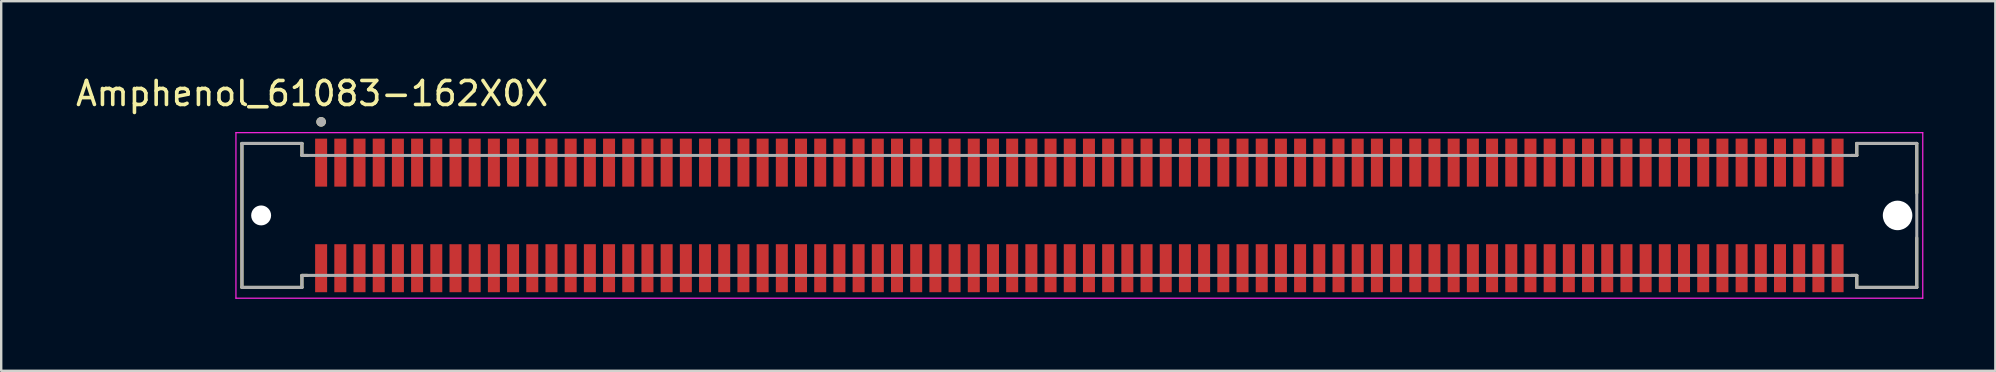
<source format=kicad_pcb>
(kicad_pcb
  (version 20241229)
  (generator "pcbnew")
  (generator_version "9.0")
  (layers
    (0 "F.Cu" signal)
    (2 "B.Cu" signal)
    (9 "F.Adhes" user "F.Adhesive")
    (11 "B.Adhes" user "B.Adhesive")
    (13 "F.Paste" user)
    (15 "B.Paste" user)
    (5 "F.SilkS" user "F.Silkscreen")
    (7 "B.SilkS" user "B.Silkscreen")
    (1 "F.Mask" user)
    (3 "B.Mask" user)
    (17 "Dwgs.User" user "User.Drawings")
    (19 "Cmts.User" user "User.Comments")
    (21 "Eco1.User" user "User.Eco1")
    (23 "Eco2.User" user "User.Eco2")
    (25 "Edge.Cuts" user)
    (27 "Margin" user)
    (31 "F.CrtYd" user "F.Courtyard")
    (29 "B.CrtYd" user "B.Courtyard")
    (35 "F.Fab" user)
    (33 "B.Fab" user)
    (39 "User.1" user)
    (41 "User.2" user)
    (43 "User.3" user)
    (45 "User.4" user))
  (footprint "Amphenol_61083-162X0X"
    (layer "F.Cu")
    (at 41.933 5.928)
    (property "Reference" "Amphenol_61083-162X0X" (at -31.975 -5.08 0) (layer "F.SilkS") (effects (font (size 1 1) (thickness 0.15))))
    (attr smd)
    (fp_line (start -34.9 -3) (end -34.9 3) (stroke (width 0.127) (type solid)) (layer "F.SilkS"))
    (fp_line (start -34.9 3) (end -32.4 3) (stroke (width 0.127) (type solid)) (layer "F.SilkS"))
    (fp_line (start -32.4 -3) (end -34.9 -3) (stroke (width 0.127) (type solid)) (layer "F.SilkS"))
    (fp_line (start -32.4 -2.5) (end -32.4 -3) (stroke (width 0.127) (type solid)) (layer "F.SilkS"))
    (fp_line (start -32.4 2.5) (end -32.17 2.5) (stroke (width 0.127) (type solid)) (layer "F.SilkS"))
    (fp_line (start -32.4 3) (end -32.4 2.5) (stroke (width 0.127) (type solid)) (layer "F.SilkS"))
    (fp_line (start -32.17 -2.5) (end -32.4 -2.5) (stroke (width 0.127) (type solid)) (layer "F.SilkS"))
    (fp_line (start 32.17 2.5) (end 32.4 2.5) (stroke (width 0.127) (type solid)) (layer "F.SilkS"))
    (fp_line (start 32.4 -3) (end 32.4 -2.5) (stroke (width 0.127) (type solid)) (layer "F.SilkS"))
    (fp_line (start 32.4 -2.5) (end 32.17 -2.5) (stroke (width 0.127) (type solid)) (layer "F.SilkS"))
    (fp_line (start 32.4 2.5) (end 32.4 3) (stroke (width 0.127) (type solid)) (layer "F.SilkS"))
    (fp_line (start 32.4 3) (end 34.9 3) (stroke (width 0.127) (type solid)) (layer "F.SilkS"))
    (fp_line (start 34.9 -3) (end 32.4 -3) (stroke (width 0.127) (type solid)) (layer "F.SilkS"))
    (fp_line (start 34.9 -0.935) (end 34.9 -3) (stroke (width 0.127) (type solid)) (layer "F.SilkS"))
    (fp_line (start 34.9 3) (end 34.9 0.935) (stroke (width 0.127) (type solid)) (layer "F.SilkS"))
    (fp_circle (center -31.6 -3.9) (end -31.5 -3.9) (stroke (width 0.2) (type solid)) (fill no) (layer "F.SilkS"))
    (fp_line (start -35.15 -3.45) (end -35.15 3.45) (stroke (width 0.05) (type solid)) (layer "F.CrtYd"))
    (fp_line (start -35.15 3.45) (end 35.15 3.45) (stroke (width 0.05) (type solid)) (layer "F.CrtYd"))
    (fp_line (start 35.15 -3.45) (end -35.15 -3.45) (stroke (width 0.05) (type solid)) (layer "F.CrtYd"))
    (fp_line (start 35.15 3.45) (end 35.15 -3.45) (stroke (width 0.05) (type solid)) (layer "F.CrtYd"))
    (fp_line (start -34.9 -3) (end -34.9 3) (stroke (width 0.127) (type solid)) (layer "F.Fab"))
    (fp_line (start -34.9 3) (end -32.4 3) (stroke (width 0.127) (type solid)) (layer "F.Fab"))
    (fp_line (start -32.4 -3) (end -34.9 -3) (stroke (width 0.127) (type solid)) (layer "F.Fab"))
    (fp_line (start -32.4 -2.5) (end -32.4 -3) (stroke (width 0.127) (type solid)) (layer "F.Fab"))
    (fp_line (start -32.4 2.5) (end 32.4 2.5) (stroke (width 0.127) (type solid)) (layer "F.Fab"))
    (fp_line (start -32.4 3) (end -32.4 2.5) (stroke (width 0.127) (type solid)) (layer "F.Fab"))
    (fp_line (start 32.4 -3) (end 32.4 -2.5) (stroke (width 0.127) (type solid)) (layer "F.Fab"))
    (fp_line (start 32.4 -2.5) (end -32.4 -2.5) (stroke (width 0.127) (type solid)) (layer "F.Fab"))
    (fp_line (start 32.4 2.5) (end 32.4 3) (stroke (width 0.127) (type solid)) (layer "F.Fab"))
    (fp_line (start 32.4 3) (end 34.9 3) (stroke (width 0.127) (type solid)) (layer "F.Fab"))
    (fp_line (start 34.9 -3) (end 32.4 -3) (stroke (width 0.127) (type solid)) (layer "F.Fab"))
    (fp_line (start 34.9 3) (end 34.9 -3) (stroke (width 0.127) (type solid)) (layer "F.Fab"))
    (fp_circle (center -31.6 -3.9) (end -31.5 -3.9) (stroke (width 0.2) (type solid)) (fill no) (layer "F.Fab"))
    (pad "" np_thru_hole circle (at -34.1 0) (size 0.83 0.83) (drill 0.83) (layers "*.Cu" "*.Mask"))
    (pad "" np_thru_hole circle (at 34.1 0) (size 1.23 1.23) (drill 1.23) (layers "*.Cu" "*.Mask"))
    (pad "1" smd rect (at -31.6 -2.2) (size 0.5 2) (layers "F.Cu" "F.Mask" "F.Paste"))
    (pad "2" smd rect (at -31.6 2.2) (size 0.5 2) (layers "F.Cu" "F.Mask" "F.Paste"))
    (pad "3" smd rect (at -30.8 -2.2) (size 0.5 2) (layers "F.Cu" "F.Mask" "F.Paste"))
    (pad "4" smd rect (at -30.8 2.2) (size 0.5 2) (layers "F.Cu" "F.Mask" "F.Paste"))
    (pad "5" smd rect (at -30 -2.2) (size 0.5 2) (layers "F.Cu" "F.Mask" "F.Paste"))
    (pad "6" smd rect (at -30 2.2) (size 0.5 2) (layers "F.Cu" "F.Mask" "F.Paste"))
    (pad "7" smd rect (at -29.2 -2.2) (size 0.5 2) (layers "F.Cu" "F.Mask" "F.Paste"))
    (pad "8" smd rect (at -29.2 2.2) (size 0.5 2) (layers "F.Cu" "F.Mask" "F.Paste"))
    (pad "9" smd rect (at -28.4 -2.2) (size 0.5 2) (layers "F.Cu" "F.Mask" "F.Paste"))
    (pad "10" smd rect (at -28.4 2.2) (size 0.5 2) (layers "F.Cu" "F.Mask" "F.Paste"))
    (pad "11" smd rect (at -27.6 -2.2) (size 0.5 2) (layers "F.Cu" "F.Mask" "F.Paste"))
    (pad "12" smd rect (at -27.6 2.2) (size 0.5 2) (layers "F.Cu" "F.Mask" "F.Paste"))
    (pad "13" smd rect (at -26.8 -2.2) (size 0.5 2) (layers "F.Cu" "F.Mask" "F.Paste"))
    (pad "14" smd rect (at -26.8 2.2) (size 0.5 2) (layers "F.Cu" "F.Mask" "F.Paste"))
    (pad "15" smd rect (at -26 -2.2) (size 0.5 2) (layers "F.Cu" "F.Mask" "F.Paste"))
    (pad "16" smd rect (at -26 2.2) (size 0.5 2) (layers "F.Cu" "F.Mask" "F.Paste"))
    (pad "17" smd rect (at -25.2 -2.2) (size 0.5 2) (layers "F.Cu" "F.Mask" "F.Paste"))
    (pad "18" smd rect (at -25.2 2.2) (size 0.5 2) (layers "F.Cu" "F.Mask" "F.Paste"))
    (pad "19" smd rect (at -24.4 -2.2) (size 0.5 2) (layers "F.Cu" "F.Mask" "F.Paste"))
    (pad "20" smd rect (at -24.4 2.2) (size 0.5 2) (layers "F.Cu" "F.Mask" "F.Paste"))
    (pad "21" smd rect (at -23.6 -2.2) (size 0.5 2) (layers "F.Cu" "F.Mask" "F.Paste"))
    (pad "22" smd rect (at -23.6 2.2) (size 0.5 2) (layers "F.Cu" "F.Mask" "F.Paste"))
    (pad "23" smd rect (at -22.8 -2.2) (size 0.5 2) (layers "F.Cu" "F.Mask" "F.Paste"))
    (pad "24" smd rect (at -22.8 2.2) (size 0.5 2) (layers "F.Cu" "F.Mask" "F.Paste"))
    (pad "25" smd rect (at -22 -2.2) (size 0.5 2) (layers "F.Cu" "F.Mask" "F.Paste"))
    (pad "26" smd rect (at -22 2.2) (size 0.5 2) (layers "F.Cu" "F.Mask" "F.Paste"))
    (pad "27" smd rect (at -21.2 -2.2) (size 0.5 2) (layers "F.Cu" "F.Mask" "F.Paste"))
    (pad "28" smd rect (at -21.2 2.2) (size 0.5 2) (layers "F.Cu" "F.Mask" "F.Paste"))
    (pad "29" smd rect (at -20.4 -2.2) (size 0.5 2) (layers "F.Cu" "F.Mask" "F.Paste"))
    (pad "30" smd rect (at -20.4 2.2) (size 0.5 2) (layers "F.Cu" "F.Mask" "F.Paste"))
    (pad "31" smd rect (at -19.6 -2.2) (size 0.5 2) (layers "F.Cu" "F.Mask" "F.Paste"))
    (pad "32" smd rect (at -19.6 2.2) (size 0.5 2) (layers "F.Cu" "F.Mask" "F.Paste"))
    (pad "33" smd rect (at -18.8 -2.2) (size 0.5 2) (layers "F.Cu" "F.Mask" "F.Paste"))
    (pad "34" smd rect (at -18.8 2.2) (size 0.5 2) (layers "F.Cu" "F.Mask" "F.Paste"))
    (pad "35" smd rect (at -18 -2.2) (size 0.5 2) (layers "F.Cu" "F.Mask" "F.Paste"))
    (pad "36" smd rect (at -18 2.2) (size 0.5 2) (layers "F.Cu" "F.Mask" "F.Paste"))
    (pad "37" smd rect (at -17.2 -2.2) (size 0.5 2) (layers "F.Cu" "F.Mask" "F.Paste"))
    (pad "38" smd rect (at -17.2 2.2) (size 0.5 2) (layers "F.Cu" "F.Mask" "F.Paste"))
    (pad "39" smd rect (at -16.4 -2.2) (size 0.5 2) (layers "F.Cu" "F.Mask" "F.Paste"))
    (pad "40" smd rect (at -16.4 2.2) (size 0.5 2) (layers "F.Cu" "F.Mask" "F.Paste"))
    (pad "41" smd rect (at -15.6 -2.2) (size 0.5 2) (layers "F.Cu" "F.Mask" "F.Paste"))
    (pad "42" smd rect (at -15.6 2.2) (size 0.5 2) (layers "F.Cu" "F.Mask" "F.Paste"))
    (pad "43" smd rect (at -14.8 -2.2) (size 0.5 2) (layers "F.Cu" "F.Mask" "F.Paste"))
    (pad "44" smd rect (at -14.8 2.2) (size 0.5 2) (layers "F.Cu" "F.Mask" "F.Paste"))
    (pad "45" smd rect (at -14 -2.2) (size 0.5 2) (layers "F.Cu" "F.Mask" "F.Paste"))
    (pad "46" smd rect (at -14 2.2) (size 0.5 2) (layers "F.Cu" "F.Mask" "F.Paste"))
    (pad "47" smd rect (at -13.2 -2.2) (size 0.5 2) (layers "F.Cu" "F.Mask" "F.Paste"))
    (pad "48" smd rect (at -13.2 2.2) (size 0.5 2) (layers "F.Cu" "F.Mask" "F.Paste"))
    (pad "49" smd rect (at -12.4 -2.2) (size 0.5 2) (layers "F.Cu" "F.Mask" "F.Paste"))
    (pad "50" smd rect (at -12.4 2.2) (size 0.5 2) (layers "F.Cu" "F.Mask" "F.Paste"))
    (pad "51" smd rect (at -11.6 -2.2) (size 0.5 2) (layers "F.Cu" "F.Mask" "F.Paste"))
    (pad "52" smd rect (at -11.6 2.2) (size 0.5 2) (layers "F.Cu" "F.Mask" "F.Paste"))
    (pad "53" smd rect (at -10.8 -2.2) (size 0.5 2) (layers "F.Cu" "F.Mask" "F.Paste"))
    (pad "54" smd rect (at -10.8 2.2) (size 0.5 2) (layers "F.Cu" "F.Mask" "F.Paste"))
    (pad "55" smd rect (at -10 -2.2) (size 0.5 2) (layers "F.Cu" "F.Mask" "F.Paste"))
    (pad "56" smd rect (at -10 2.2) (size 0.5 2) (layers "F.Cu" "F.Mask" "F.Paste"))
    (pad "57" smd rect (at -9.2 -2.2) (size 0.5 2) (layers "F.Cu" "F.Mask" "F.Paste"))
    (pad "58" smd rect (at -9.2 2.2) (size 0.5 2) (layers "F.Cu" "F.Mask" "F.Paste"))
    (pad "59" smd rect (at -8.4 -2.2) (size 0.5 2) (layers "F.Cu" "F.Mask" "F.Paste"))
    (pad "60" smd rect (at -8.4 2.2) (size 0.5 2) (layers "F.Cu" "F.Mask" "F.Paste"))
    (pad "61" smd rect (at -7.6 -2.2) (size 0.5 2) (layers "F.Cu" "F.Mask" "F.Paste"))
    (pad "62" smd rect (at -7.6 2.2) (size 0.5 2) (layers "F.Cu" "F.Mask" "F.Paste"))
    (pad "63" smd rect (at -6.8 -2.2) (size 0.5 2) (layers "F.Cu" "F.Mask" "F.Paste"))
    (pad "64" smd rect (at -6.8 2.2) (size 0.5 2) (layers "F.Cu" "F.Mask" "F.Paste"))
    (pad "65" smd rect (at -6 -2.2) (size 0.5 2) (layers "F.Cu" "F.Mask" "F.Paste"))
    (pad "66" smd rect (at -6 2.2) (size 0.5 2) (layers "F.Cu" "F.Mask" "F.Paste"))
    (pad "67" smd rect (at -5.2 -2.2) (size 0.5 2) (layers "F.Cu" "F.Mask" "F.Paste"))
    (pad "68" smd rect (at -5.2 2.2) (size 0.5 2) (layers "F.Cu" "F.Mask" "F.Paste"))
    (pad "69" smd rect (at -4.4 -2.2) (size 0.5 2) (layers "F.Cu" "F.Mask" "F.Paste"))
    (pad "70" smd rect (at -4.4 2.2) (size 0.5 2) (layers "F.Cu" "F.Mask" "F.Paste"))
    (pad "71" smd rect (at -3.6 -2.2) (size 0.5 2) (layers "F.Cu" "F.Mask" "F.Paste"))
    (pad "72" smd rect (at -3.6 2.2) (size 0.5 2) (layers "F.Cu" "F.Mask" "F.Paste"))
    (pad "73" smd rect (at -2.8 -2.2) (size 0.5 2) (layers "F.Cu" "F.Mask" "F.Paste"))
    (pad "74" smd rect (at -2.8 2.2) (size 0.5 2) (layers "F.Cu" "F.Mask" "F.Paste"))
    (pad "75" smd rect (at -2 -2.2) (size 0.5 2) (layers "F.Cu" "F.Mask" "F.Paste"))
    (pad "76" smd rect (at -2 2.2) (size 0.5 2) (layers "F.Cu" "F.Mask" "F.Paste"))
    (pad "77" smd rect (at -1.2 -2.2) (size 0.5 2) (layers "F.Cu" "F.Mask" "F.Paste"))
    (pad "78" smd rect (at -1.2 2.2) (size 0.5 2) (layers "F.Cu" "F.Mask" "F.Paste"))
    (pad "79" smd rect (at -0.4 -2.2) (size 0.5 2) (layers "F.Cu" "F.Mask" "F.Paste"))
    (pad "80" smd rect (at -0.4 2.2) (size 0.5 2) (layers "F.Cu" "F.Mask" "F.Paste"))
    (pad "81" smd rect (at 0.4 -2.2) (size 0.5 2) (layers "F.Cu" "F.Mask" "F.Paste"))
    (pad "82" smd rect (at 0.4 2.2) (size 0.5 2) (layers "F.Cu" "F.Mask" "F.Paste"))
    (pad "83" smd rect (at 1.2 -2.2) (size 0.5 2) (layers "F.Cu" "F.Mask" "F.Paste"))
    (pad "84" smd rect (at 1.2 2.2) (size 0.5 2) (layers "F.Cu" "F.Mask" "F.Paste"))
    (pad "85" smd rect (at 2 -2.2) (size 0.5 2) (layers "F.Cu" "F.Mask" "F.Paste"))
    (pad "86" smd rect (at 2 2.2) (size 0.5 2) (layers "F.Cu" "F.Mask" "F.Paste"))
    (pad "87" smd rect (at 2.8 -2.2) (size 0.5 2) (layers "F.Cu" "F.Mask" "F.Paste"))
    (pad "88" smd rect (at 2.8 2.2) (size 0.5 2) (layers "F.Cu" "F.Mask" "F.Paste"))
    (pad "89" smd rect (at 3.6 -2.2) (size 0.5 2) (layers "F.Cu" "F.Mask" "F.Paste"))
    (pad "90" smd rect (at 3.6 2.2) (size 0.5 2) (layers "F.Cu" "F.Mask" "F.Paste"))
    (pad "91" smd rect (at 4.4 -2.2) (size 0.5 2) (layers "F.Cu" "F.Mask" "F.Paste"))
    (pad "92" smd rect (at 4.4 2.2) (size 0.5 2) (layers "F.Cu" "F.Mask" "F.Paste"))
    (pad "93" smd rect (at 5.2 -2.2) (size 0.5 2) (layers "F.Cu" "F.Mask" "F.Paste"))
    (pad "94" smd rect (at 5.2 2.2) (size 0.5 2) (layers "F.Cu" "F.Mask" "F.Paste"))
    (pad "95" smd rect (at 6 -2.2) (size 0.5 2) (layers "F.Cu" "F.Mask" "F.Paste"))
    (pad "96" smd rect (at 6 2.2) (size 0.5 2) (layers "F.Cu" "F.Mask" "F.Paste"))
    (pad "97" smd rect (at 6.8 -2.2) (size 0.5 2) (layers "F.Cu" "F.Mask" "F.Paste"))
    (pad "98" smd rect (at 6.8 2.2) (size 0.5 2) (layers "F.Cu" "F.Mask" "F.Paste"))
    (pad "99" smd rect (at 7.6 -2.2) (size 0.5 2) (layers "F.Cu" "F.Mask" "F.Paste"))
    (pad "100" smd rect (at 7.6 2.2) (size 0.5 2) (layers "F.Cu" "F.Mask" "F.Paste"))
    (pad "101" smd rect (at 8.4 -2.2) (size 0.5 2) (layers "F.Cu" "F.Mask" "F.Paste"))
    (pad "102" smd rect (at 8.4 2.2) (size 0.5 2) (layers "F.Cu" "F.Mask" "F.Paste"))
    (pad "103" smd rect (at 9.2 -2.2) (size 0.5 2) (layers "F.Cu" "F.Mask" "F.Paste"))
    (pad "104" smd rect (at 9.2 2.2) (size 0.5 2) (layers "F.Cu" "F.Mask" "F.Paste"))
    (pad "105" smd rect (at 10 -2.2) (size 0.5 2) (layers "F.Cu" "F.Mask" "F.Paste"))
    (pad "106" smd rect (at 10 2.2) (size 0.5 2) (layers "F.Cu" "F.Mask" "F.Paste"))
    (pad "107" smd rect (at 10.8 -2.2) (size 0.5 2) (layers "F.Cu" "F.Mask" "F.Paste"))
    (pad "108" smd rect (at 10.8 2.2) (size 0.5 2) (layers "F.Cu" "F.Mask" "F.Paste"))
    (pad "109" smd rect (at 11.6 -2.2) (size 0.5 2) (layers "F.Cu" "F.Mask" "F.Paste"))
    (pad "110" smd rect (at 11.6 2.2) (size 0.5 2) (layers "F.Cu" "F.Mask" "F.Paste"))
    (pad "111" smd rect (at 12.4 -2.2) (size 0.5 2) (layers "F.Cu" "F.Mask" "F.Paste"))
    (pad "112" smd rect (at 12.4 2.2) (size 0.5 2) (layers "F.Cu" "F.Mask" "F.Paste"))
    (pad "113" smd rect (at 13.2 -2.2) (size 0.5 2) (layers "F.Cu" "F.Mask" "F.Paste"))
    (pad "114" smd rect (at 13.2 2.2) (size 0.5 2) (layers "F.Cu" "F.Mask" "F.Paste"))
    (pad "115" smd rect (at 14 -2.2) (size 0.5 2) (layers "F.Cu" "F.Mask" "F.Paste"))
    (pad "116" smd rect (at 14 2.2) (size 0.5 2) (layers "F.Cu" "F.Mask" "F.Paste"))
    (pad "117" smd rect (at 14.8 -2.2) (size 0.5 2) (layers "F.Cu" "F.Mask" "F.Paste"))
    (pad "118" smd rect (at 14.8 2.2) (size 0.5 2) (layers "F.Cu" "F.Mask" "F.Paste"))
    (pad "119" smd rect (at 15.6 -2.2) (size 0.5 2) (layers "F.Cu" "F.Mask" "F.Paste"))
    (pad "120" smd rect (at 15.6 2.2) (size 0.5 2) (layers "F.Cu" "F.Mask" "F.Paste"))
    (pad "121" smd rect (at 16.4 -2.2) (size 0.5 2) (layers "F.Cu" "F.Mask" "F.Paste"))
    (pad "122" smd rect (at 16.4 2.2) (size 0.5 2) (layers "F.Cu" "F.Mask" "F.Paste"))
    (pad "123" smd rect (at 17.2 -2.2) (size 0.5 2) (layers "F.Cu" "F.Mask" "F.Paste"))
    (pad "124" smd rect (at 17.2 2.2) (size 0.5 2) (layers "F.Cu" "F.Mask" "F.Paste"))
    (pad "125" smd rect (at 18 -2.2) (size 0.5 2) (layers "F.Cu" "F.Mask" "F.Paste"))
    (pad "126" smd rect (at 18 2.2) (size 0.5 2) (layers "F.Cu" "F.Mask" "F.Paste"))
    (pad "127" smd rect (at 18.8 -2.2) (size 0.5 2) (layers "F.Cu" "F.Mask" "F.Paste"))
    (pad "128" smd rect (at 18.8 2.2) (size 0.5 2) (layers "F.Cu" "F.Mask" "F.Paste"))
    (pad "129" smd rect (at 19.6 -2.2) (size 0.5 2) (layers "F.Cu" "F.Mask" "F.Paste"))
    (pad "130" smd rect (at 19.6 2.2) (size 0.5 2) (layers "F.Cu" "F.Mask" "F.Paste"))
    (pad "131" smd rect (at 20.4 -2.2) (size 0.5 2) (layers "F.Cu" "F.Mask" "F.Paste"))
    (pad "132" smd rect (at 20.4 2.2) (size 0.5 2) (layers "F.Cu" "F.Mask" "F.Paste"))
    (pad "133" smd rect (at 21.2 -2.2) (size 0.5 2) (layers "F.Cu" "F.Mask" "F.Paste"))
    (pad "134" smd rect (at 21.2 2.2) (size 0.5 2) (layers "F.Cu" "F.Mask" "F.Paste"))
    (pad "135" smd rect (at 22 -2.2) (size 0.5 2) (layers "F.Cu" "F.Mask" "F.Paste"))
    (pad "136" smd rect (at 22 2.2) (size 0.5 2) (layers "F.Cu" "F.Mask" "F.Paste"))
    (pad "137" smd rect (at 22.8 -2.2) (size 0.5 2) (layers "F.Cu" "F.Mask" "F.Paste"))
    (pad "138" smd rect (at 22.8 2.2) (size 0.5 2) (layers "F.Cu" "F.Mask" "F.Paste"))
    (pad "139" smd rect (at 23.6 -2.2) (size 0.5 2) (layers "F.Cu" "F.Mask" "F.Paste"))
    (pad "140" smd rect (at 23.6 2.2) (size 0.5 2) (layers "F.Cu" "F.Mask" "F.Paste"))
    (pad "141" smd rect (at 24.4 -2.2) (size 0.5 2) (layers "F.Cu" "F.Mask" "F.Paste"))
    (pad "142" smd rect (at 24.4 2.2) (size 0.5 2) (layers "F.Cu" "F.Mask" "F.Paste"))
    (pad "143" smd rect (at 25.2 -2.2) (size 0.5 2) (layers "F.Cu" "F.Mask" "F.Paste"))
    (pad "144" smd rect (at 25.2 2.2) (size 0.5 2) (layers "F.Cu" "F.Mask" "F.Paste"))
    (pad "145" smd rect (at 26 -2.2) (size 0.5 2) (layers "F.Cu" "F.Mask" "F.Paste"))
    (pad "146" smd rect (at 26 2.2) (size 0.5 2) (layers "F.Cu" "F.Mask" "F.Paste"))
    (pad "147" smd rect (at 26.8 -2.2) (size 0.5 2) (layers "F.Cu" "F.Mask" "F.Paste"))
    (pad "148" smd rect (at 26.8 2.2) (size 0.5 2) (layers "F.Cu" "F.Mask" "F.Paste"))
    (pad "149" smd rect (at 27.6 -2.2) (size 0.5 2) (layers "F.Cu" "F.Mask" "F.Paste"))
    (pad "150" smd rect (at 27.6 2.2) (size 0.5 2) (layers "F.Cu" "F.Mask" "F.Paste"))
    (pad "151" smd rect (at 28.4 -2.2) (size 0.5 2) (layers "F.Cu" "F.Mask" "F.Paste"))
    (pad "152" smd rect (at 28.4 2.2) (size 0.5 2) (layers "F.Cu" "F.Mask" "F.Paste"))
    (pad "153" smd rect (at 29.2 -2.2) (size 0.5 2) (layers "F.Cu" "F.Mask" "F.Paste"))
    (pad "154" smd rect (at 29.2 2.2) (size 0.5 2) (layers "F.Cu" "F.Mask" "F.Paste"))
    (pad "155" smd rect (at 30 -2.2) (size 0.5 2) (layers "F.Cu" "F.Mask" "F.Paste"))
    (pad "156" smd rect (at 30 2.2) (size 0.5 2) (layers "F.Cu" "F.Mask" "F.Paste"))
    (pad "157" smd rect (at 30.8 -2.2) (size 0.5 2) (layers "F.Cu" "F.Mask" "F.Paste"))
    (pad "158" smd rect (at 30.8 2.2) (size 0.5 2) (layers "F.Cu" "F.Mask" "F.Paste"))
    (pad "159" smd rect (at 31.6 -2.2) (size 0.5 2) (layers "F.Cu" "F.Mask" "F.Paste"))
    (pad "160" smd rect (at 31.6 2.2) (size 0.5 2) (layers "F.Cu" "F.Mask" "F.Paste")))
  (gr_rect
    (start -3 -3)
    (end 80.108 12.403)
    (stroke (width 0.1) (type default))
    (fill no)
    (layer "Edge.Cuts")))
</source>
